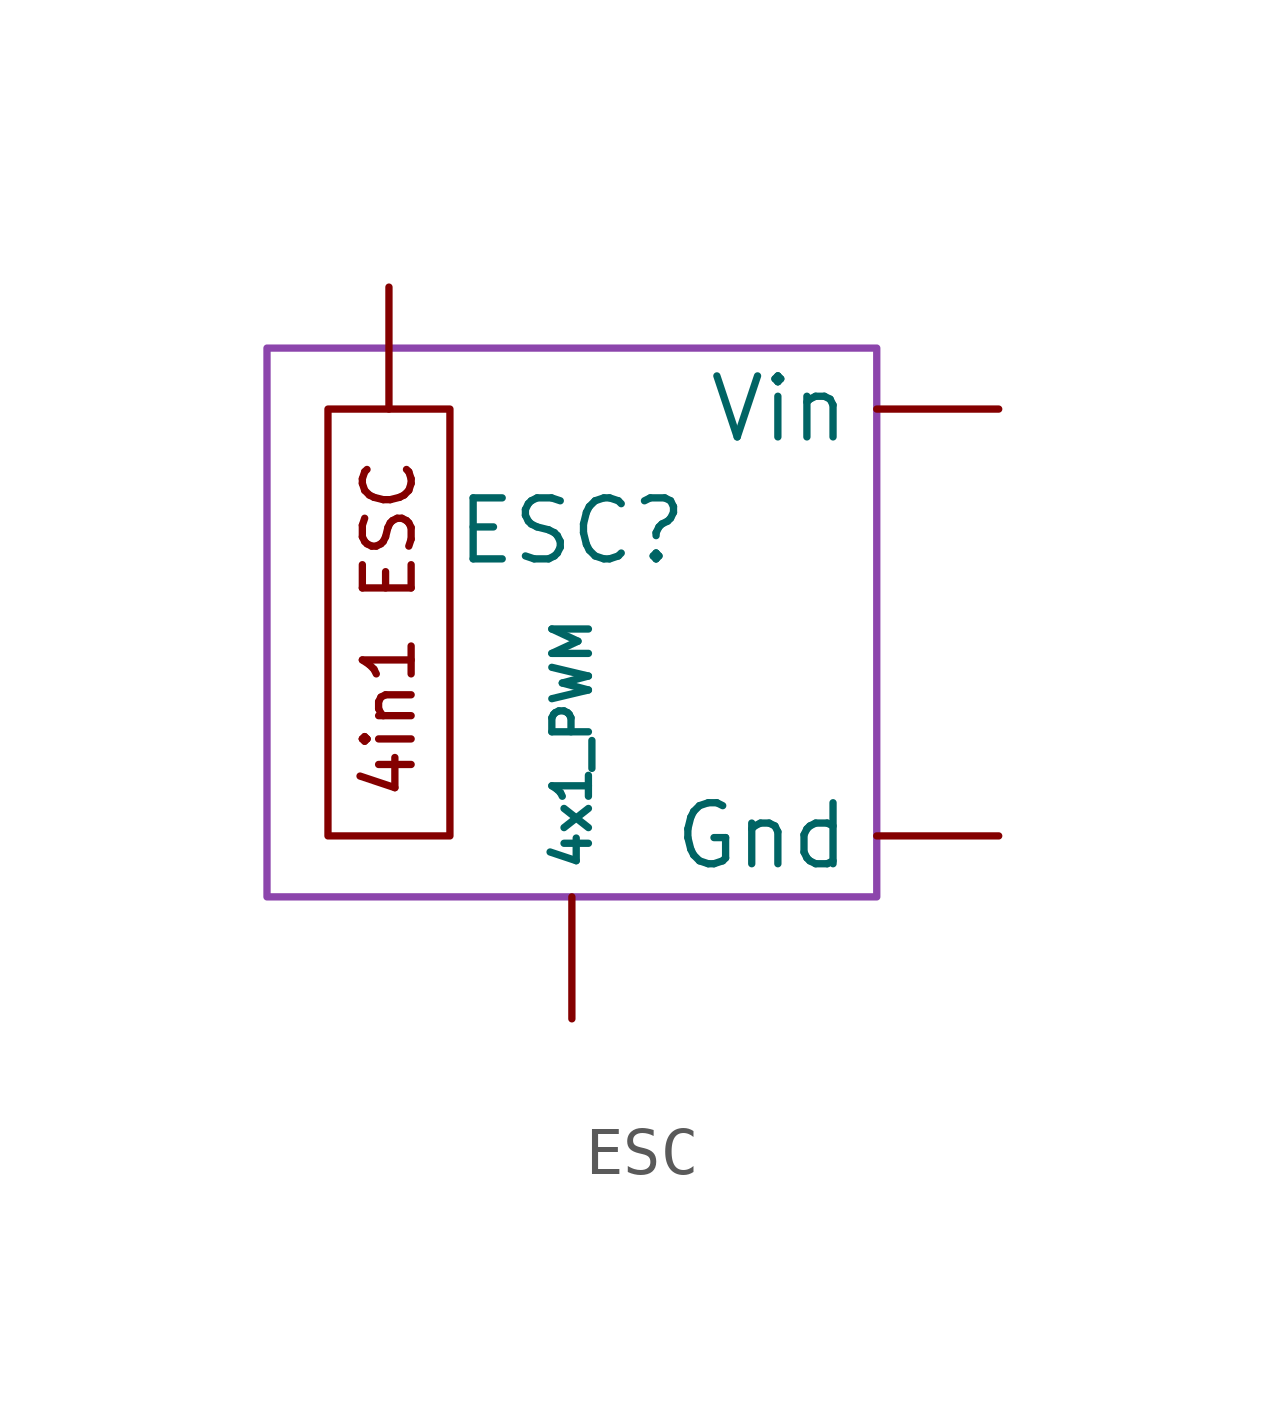
<source format=kicad_sym>
(kicad_symbol_lib
  (version 20231120)
  (generator "kicad_symbol_editor")
  (generator_version "8.0")
  (symbol "ESC"
    (property "Reference" "ESC"
      (at 0 2.54 0)
      (effects (font (size 1.27 1.27))))
    (property "Value" ""
      (at 0 2.54 0)
      (effects (font (size 1.27 1.27))))
    (symbol "ESC_1_1"
      (rectangle (start -6.35 6.35) (end 6.35 -5.08) (stroke (width 0) (type default) (color 140 69 172 1)) (fill (type none)))
      (rectangle (start -5.08 5.08) (end -2.54 -3.81) (stroke (width 0) (type default)) (fill (type none)))
      (text "4in1 ESC\n" (at -3.81 0.508 900) (effects (font (size 1.016 1.016))))
      (pin input line (at -3.81 7.62 270) (length 2.54) (name "" (effects (font (size 1.27 1.27)))) (number "" (effects (font (size 1.27 1.27)))))
      (pin input line (at 0 -7.62 90) (length 2.54) (name "4x1_PWM" (effects (font (size 0.762 0.762)))) (number "" (effects (font (size 1.27 1.27)))))
      (pin input line (at 8.89 -3.81 180) (length 2.54) (name "Gnd" (effects (font (size 1.27 1.27)))) (number "" (effects (font (size 1.27 1.27)))))
      (pin input line (at 8.89 5.08 180) (length 2.54) (name "Vin" (effects (font (size 1.27 1.27)))) (number "" (effects (font (size 1.27 1.27))))))))
</source>
